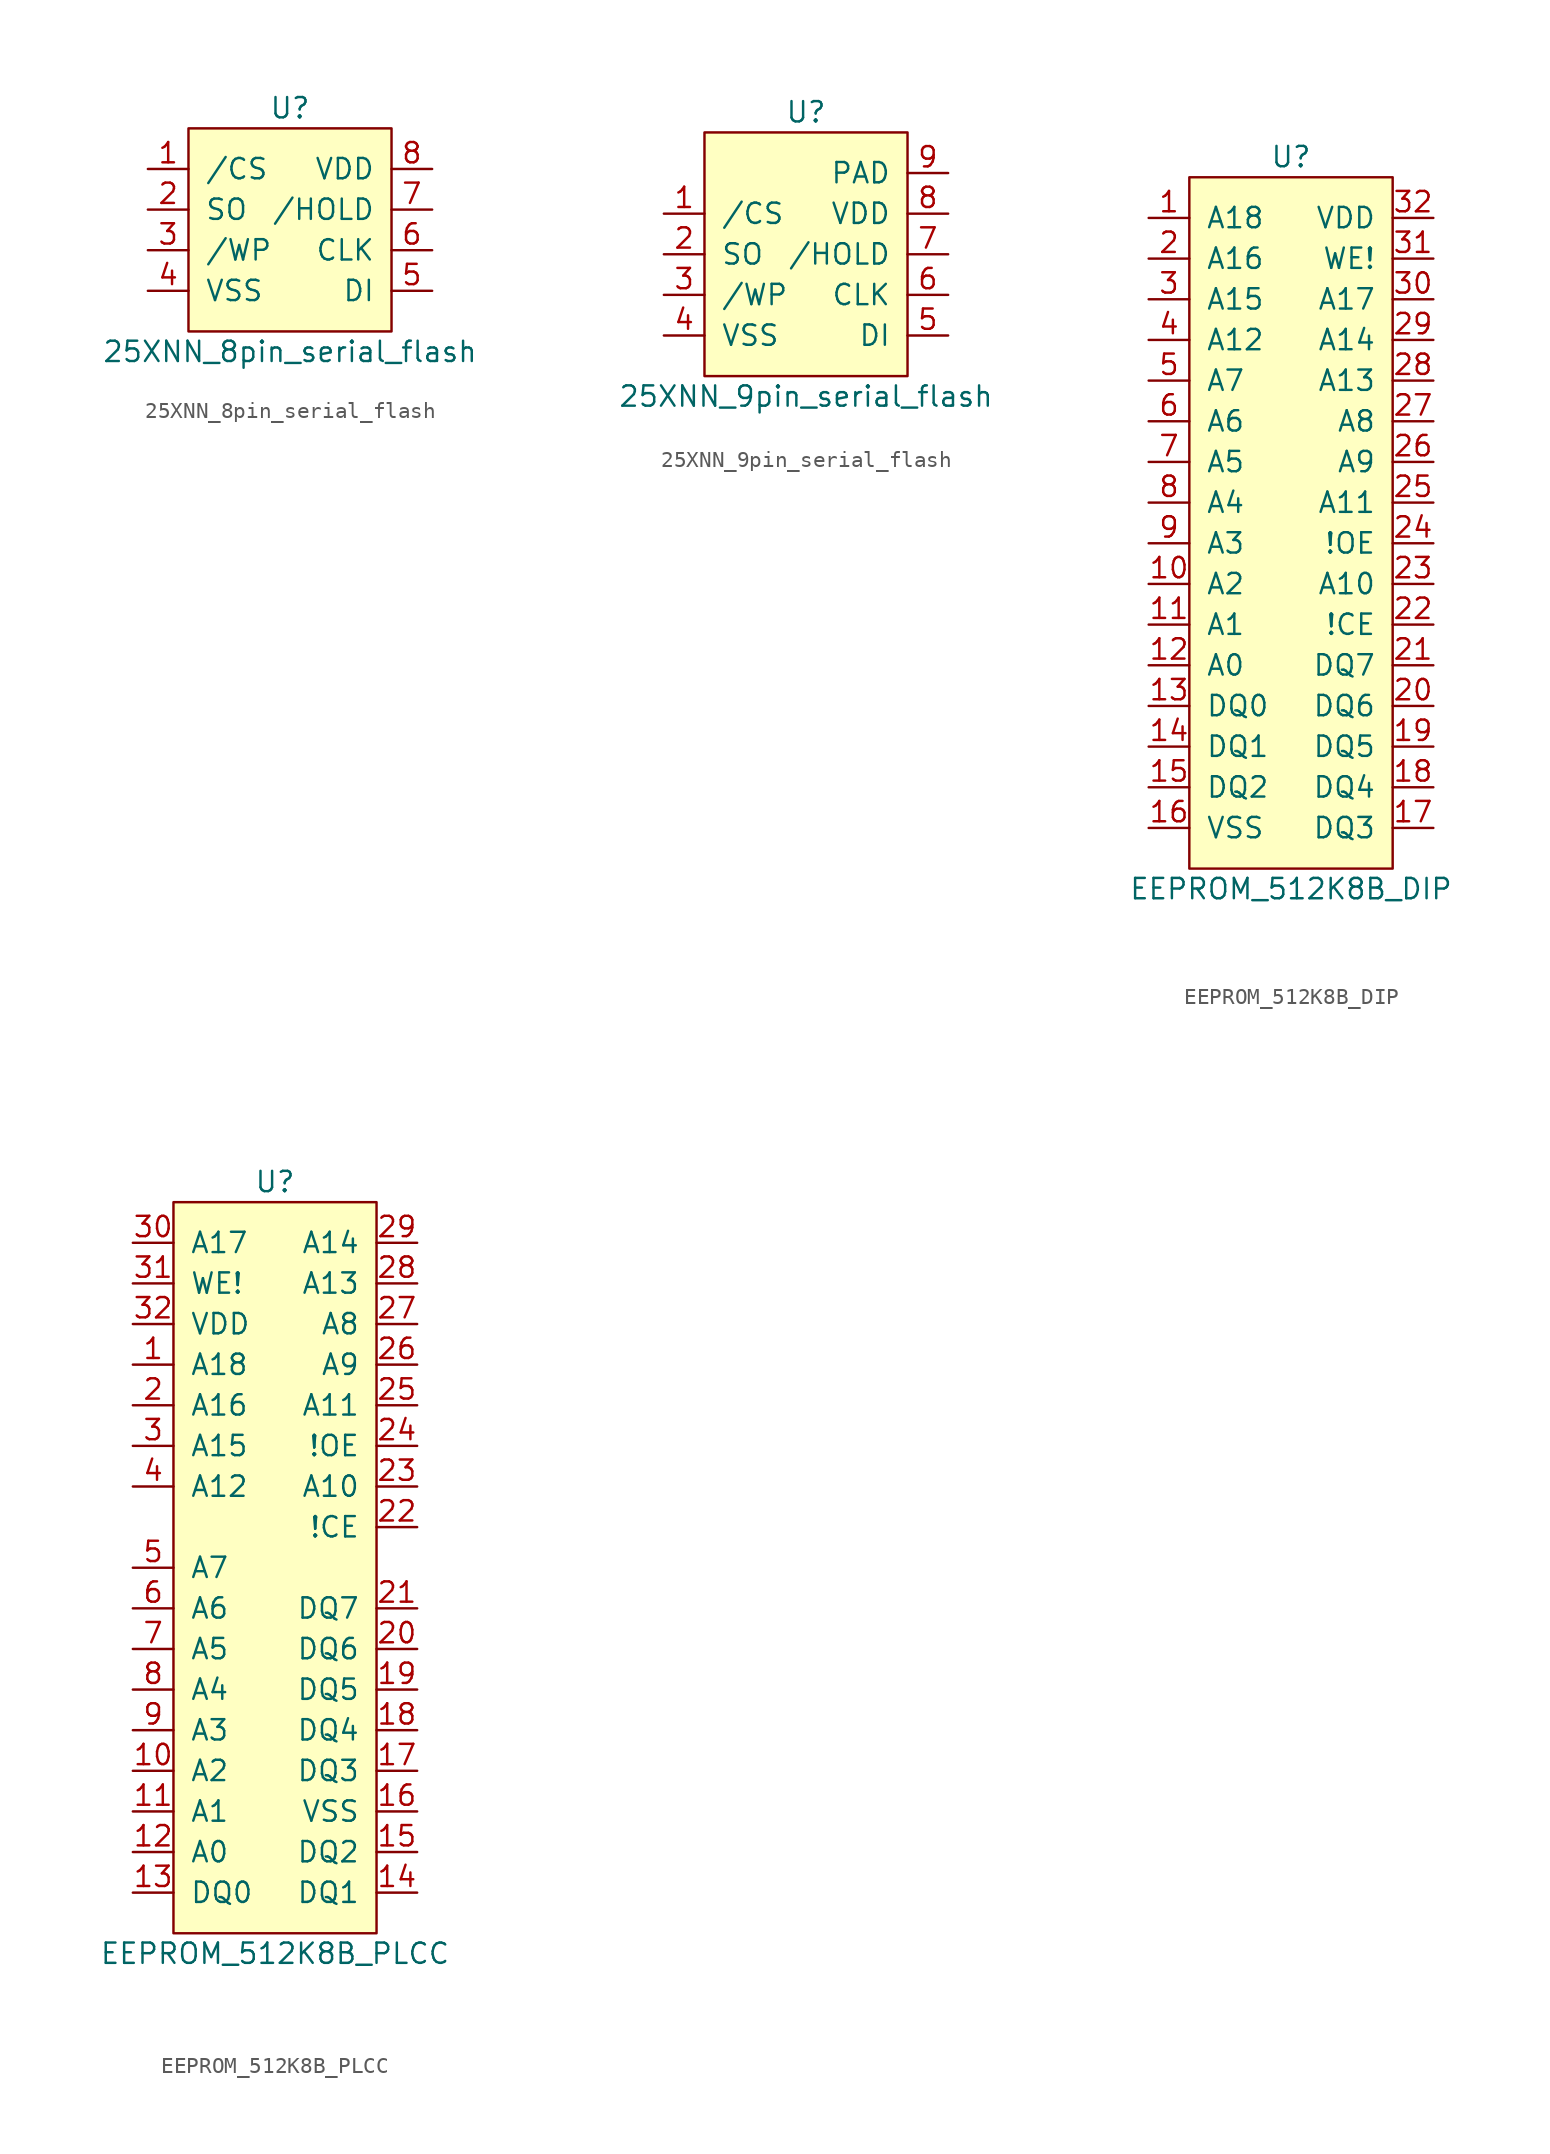
<source format=kicad_sym>
(kicad_symbol_lib
  (version 20211014)
  (generator kicad_symbol_editor)
  (symbol "25XNN_8pin_serial_flash"
    (pin_names
      (offset 1.016))
    (property "Reference" "U"
      (at 0 7.62 0)
      (effects (font (size 1.27 1.27))))
    (property "Value" "25XNN_8pin_serial_flash"
      (at 0 -7.62 0)
      (effects (font (size 1.27 1.27))))
    (symbol "25XNN_8pin_serial_flash_0_1"
      (rectangle (start -6.35 6.35) (end 6.35 -6.35) (stroke (width 0) (type default) (color 0 0 0 0)) (fill (type background))))
    (symbol "25XNN_8pin_serial_flash_1_1"
      (pin input line (at -8.89 3.81 0) (length 2.54) (name "/CS" (effects (font (size 1.27 1.27)))) (number "1" (effects (font (size 1.27 1.27)))))
      (pin output line (at -8.89 1.27 0) (length 2.54) (name "SO" (effects (font (size 1.27 1.27)))) (number "2" (effects (font (size 1.27 1.27)))))
      (pin input line (at -8.89 -1.27 0) (length 2.54) (name "/WP" (effects (font (size 1.27 1.27)))) (number "3" (effects (font (size 1.27 1.27)))))
      (pin power_in line (at -8.89 -3.81 0) (length 2.54) (name "VSS" (effects (font (size 1.27 1.27)))) (number "4" (effects (font (size 1.27 1.27)))))
      (pin input line (at 8.89 -3.81 180) (length 2.54) (name "DI" (effects (font (size 1.27 1.27)))) (number "5" (effects (font (size 1.27 1.27)))))
      (pin input line (at 8.89 -1.27 180) (length 2.54) (name "CLK" (effects (font (size 1.27 1.27)))) (number "6" (effects (font (size 1.27 1.27)))))
      (pin input line (at 8.89 1.27 180) (length 2.54) (name "/HOLD" (effects (font (size 1.27 1.27)))) (number "7" (effects (font (size 1.27 1.27)))))
      (pin power_in line (at 8.89 3.81 180) (length 2.54) (name "VDD" (effects (font (size 1.27 1.27)))) (number "8" (effects (font (size 1.27 1.27)))))))
  (symbol "25XNN_9pin_serial_flash"
    (pin_names
      (offset 1.016))
    (property "Reference" "U"
      (at 0 10.16 0)
      (effects (font (size 1.27 1.27))))
    (property "Value" "25XNN_9pin_serial_flash"
      (at 0 -7.62 0)
      (effects (font (size 1.27 1.27))))
    (symbol "25XNN_9pin_serial_flash_0_1"
      (rectangle (start -6.35 8.89) (end 6.35 -6.35) (stroke (width 0) (type default) (color 0 0 0 0)) (fill (type background))))
    (symbol "25XNN_9pin_serial_flash_1_1"
      (pin input line (at -8.89 3.81 0) (length 2.54) (name "/CS" (effects (font (size 1.27 1.27)))) (number "1" (effects (font (size 1.27 1.27)))))
      (pin output line (at -8.89 1.27 0) (length 2.54) (name "SO" (effects (font (size 1.27 1.27)))) (number "2" (effects (font (size 1.27 1.27)))))
      (pin input line (at -8.89 -1.27 0) (length 2.54) (name "/WP" (effects (font (size 1.27 1.27)))) (number "3" (effects (font (size 1.27 1.27)))))
      (pin power_in line (at -8.89 -3.81 0) (length 2.54) (name "VSS" (effects (font (size 1.27 1.27)))) (number "4" (effects (font (size 1.27 1.27)))))
      (pin input line (at 8.89 -3.81 180) (length 2.54) (name "DI" (effects (font (size 1.27 1.27)))) (number "5" (effects (font (size 1.27 1.27)))))
      (pin input line (at 8.89 -1.27 180) (length 2.54) (name "CLK" (effects (font (size 1.27 1.27)))) (number "6" (effects (font (size 1.27 1.27)))))
      (pin input line (at 8.89 1.27 180) (length 2.54) (name "/HOLD" (effects (font (size 1.27 1.27)))) (number "7" (effects (font (size 1.27 1.27)))))
      (pin power_in line (at 8.89 3.81 180) (length 2.54) (name "VDD" (effects (font (size 1.27 1.27)))) (number "8" (effects (font (size 1.27 1.27)))))
      (pin power_in line (at 8.89 6.35 180) (length 2.54) (name "PAD" (effects (font (size 1.27 1.27)))) (number "9" (effects (font (size 1.27 1.27)))))))
  (symbol "EEPROM_512K8B_DIP"
    (pin_names
      (offset 1.016))
    (property "Reference" "U"
      (at 0 22.86 0)
      (effects (font (size 1.27 1.27))))
    (property "Value" "EEPROM_512K8B_DIP"
      (at 0 -22.86 0)
      (effects (font (size 1.27 1.27))))
    (symbol "EEPROM_512K8B_DIP_0_1"
      (rectangle (start -6.35 21.59) (end 6.35 -21.59) (stroke (width 0) (type default) (color 0 0 0 0)) (fill (type background))))
    (symbol "EEPROM_512K8B_DIP_1_1"
      (pin input line (at -8.89 19.05 0) (length 2.54) (name "A18" (effects (font (size 1.27 1.27)))) (number "1" (effects (font (size 1.27 1.27)))))
      (pin input line (at -8.89 -3.81 0) (length 2.54) (name "A2" (effects (font (size 1.27 1.27)))) (number "10" (effects (font (size 1.27 1.27)))))
      (pin input line (at -8.89 -6.35 0) (length 2.54) (name "A1" (effects (font (size 1.27 1.27)))) (number "11" (effects (font (size 1.27 1.27)))))
      (pin input line (at -8.89 -8.89 0) (length 2.54) (name "A0" (effects (font (size 1.27 1.27)))) (number "12" (effects (font (size 1.27 1.27)))))
      (pin bidirectional line (at -8.89 -11.43 0) (length 2.54) (name "DQ0" (effects (font (size 1.27 1.27)))) (number "13" (effects (font (size 1.27 1.27)))))
      (pin bidirectional line (at -8.89 -13.97 0) (length 2.54) (name "DQ1" (effects (font (size 1.27 1.27)))) (number "14" (effects (font (size 1.27 1.27)))))
      (pin bidirectional line (at -8.89 -16.51 0) (length 2.54) (name "DQ2" (effects (font (size 1.27 1.27)))) (number "15" (effects (font (size 1.27 1.27)))))
      (pin power_in line (at -8.89 -19.05 0) (length 2.54) (name "VSS" (effects (font (size 1.27 1.27)))) (number "16" (effects (font (size 1.27 1.27)))))
      (pin bidirectional line (at 8.89 -19.05 180) (length 2.54) (name "DQ3" (effects (font (size 1.27 1.27)))) (number "17" (effects (font (size 1.27 1.27)))))
      (pin bidirectional line (at 8.89 -16.51 180) (length 2.54) (name "DQ4" (effects (font (size 1.27 1.27)))) (number "18" (effects (font (size 1.27 1.27)))))
      (pin bidirectional line (at 8.89 -13.97 180) (length 2.54) (name "DQ5" (effects (font (size 1.27 1.27)))) (number "19" (effects (font (size 1.27 1.27)))))
      (pin input line (at -8.89 16.51 0) (length 2.54) (name "A16" (effects (font (size 1.27 1.27)))) (number "2" (effects (font (size 1.27 1.27)))))
      (pin bidirectional line (at 8.89 -11.43 180) (length 2.54) (name "DQ6" (effects (font (size 1.27 1.27)))) (number "20" (effects (font (size 1.27 1.27)))))
      (pin bidirectional line (at 8.89 -8.89 180) (length 2.54) (name "DQ7" (effects (font (size 1.27 1.27)))) (number "21" (effects (font (size 1.27 1.27)))))
      (pin input line (at 8.89 -6.35 180) (length 2.54) (name "!CE" (effects (font (size 1.27 1.27)))) (number "22" (effects (font (size 1.27 1.27)))))
      (pin input line (at 8.89 -3.81 180) (length 2.54) (name "A10" (effects (font (size 1.27 1.27)))) (number "23" (effects (font (size 1.27 1.27)))))
      (pin input line (at 8.89 -1.27 180) (length 2.54) (name "!OE" (effects (font (size 1.27 1.27)))) (number "24" (effects (font (size 1.27 1.27)))))
      (pin input line (at 8.89 1.27 180) (length 2.54) (name "A11" (effects (font (size 1.27 1.27)))) (number "25" (effects (font (size 1.27 1.27)))))
      (pin input line (at 8.89 3.81 180) (length 2.54) (name "A9" (effects (font (size 1.27 1.27)))) (number "26" (effects (font (size 1.27 1.27)))))
      (pin input line (at 8.89 6.35 180) (length 2.54) (name "A8" (effects (font (size 1.27 1.27)))) (number "27" (effects (font (size 1.27 1.27)))))
      (pin input line (at 8.89 8.89 180) (length 2.54) (name "A13" (effects (font (size 1.27 1.27)))) (number "28" (effects (font (size 1.27 1.27)))))
      (pin input line (at 8.89 11.43 180) (length 2.54) (name "A14" (effects (font (size 1.27 1.27)))) (number "29" (effects (font (size 1.27 1.27)))))
      (pin input line (at -8.89 13.97 0) (length 2.54) (name "A15" (effects (font (size 1.27 1.27)))) (number "3" (effects (font (size 1.27 1.27)))))
      (pin input line (at 8.89 13.97 180) (length 2.54) (name "A17" (effects (font (size 1.27 1.27)))) (number "30" (effects (font (size 1.27 1.27)))))
      (pin input line (at 8.89 16.51 180) (length 2.54) (name "WE!" (effects (font (size 1.27 1.27)))) (number "31" (effects (font (size 1.27 1.27)))))
      (pin power_in line (at 8.89 19.05 180) (length 2.54) (name "VDD" (effects (font (size 1.27 1.27)))) (number "32" (effects (font (size 1.27 1.27)))))
      (pin input line (at -8.89 11.43 0) (length 2.54) (name "A12" (effects (font (size 1.27 1.27)))) (number "4" (effects (font (size 1.27 1.27)))))
      (pin input line (at -8.89 8.89 0) (length 2.54) (name "A7" (effects (font (size 1.27 1.27)))) (number "5" (effects (font (size 1.27 1.27)))))
      (pin input line (at -8.89 6.35 0) (length 2.54) (name "A6" (effects (font (size 1.27 1.27)))) (number "6" (effects (font (size 1.27 1.27)))))
      (pin input line (at -8.89 3.81 0) (length 2.54) (name "A5" (effects (font (size 1.27 1.27)))) (number "7" (effects (font (size 1.27 1.27)))))
      (pin input line (at -8.89 1.27 0) (length 2.54) (name "A4" (effects (font (size 1.27 1.27)))) (number "8" (effects (font (size 1.27 1.27)))))
      (pin input line (at -8.89 -1.27 0) (length 2.54) (name "A3" (effects (font (size 1.27 1.27)))) (number "9" (effects (font (size 1.27 1.27)))))))
  (symbol "EEPROM_512K8B_PLCC"
    (pin_names
      (offset 1.016))
    (property "Reference" "U"
      (at 0 24.13 0)
      (effects (font (size 1.27 1.27))))
    (property "Value" "EEPROM_512K8B_PLCC"
      (at 0 -24.13 0)
      (effects (font (size 1.27 1.27))))
    (symbol "EEPROM_512K8B_PLCC_0_1"
      (rectangle (start -6.35 22.86) (end 6.35 -22.86) (stroke (width 0) (type default) (color 0 0 0 0)) (fill (type background))))
    (symbol "EEPROM_512K8B_PLCC_1_1"
      (pin input line (at -8.89 12.7 0) (length 2.54) (name "A18" (effects (font (size 1.27 1.27)))) (number "1" (effects (font (size 1.27 1.27)))))
      (pin input line (at -8.89 -12.7 0) (length 2.54) (name "A2" (effects (font (size 1.27 1.27)))) (number "10" (effects (font (size 1.27 1.27)))))
      (pin input line (at -8.89 -15.24 0) (length 2.54) (name "A1" (effects (font (size 1.27 1.27)))) (number "11" (effects (font (size 1.27 1.27)))))
      (pin input line (at -8.89 -17.78 0) (length 2.54) (name "A0" (effects (font (size 1.27 1.27)))) (number "12" (effects (font (size 1.27 1.27)))))
      (pin bidirectional line (at -8.89 -20.32 0) (length 2.54) (name "DQ0" (effects (font (size 1.27 1.27)))) (number "13" (effects (font (size 1.27 1.27)))))
      (pin bidirectional line (at 8.89 -20.32 180) (length 2.54) (name "DQ1" (effects (font (size 1.27 1.27)))) (number "14" (effects (font (size 1.27 1.27)))))
      (pin bidirectional line (at 8.89 -17.78 180) (length 2.54) (name "DQ2" (effects (font (size 1.27 1.27)))) (number "15" (effects (font (size 1.27 1.27)))))
      (pin power_in line (at 8.89 -15.24 180) (length 2.54) (name "VSS" (effects (font (size 1.27 1.27)))) (number "16" (effects (font (size 1.27 1.27)))))
      (pin bidirectional line (at 8.89 -12.7 180) (length 2.54) (name "DQ3" (effects (font (size 1.27 1.27)))) (number "17" (effects (font (size 1.27 1.27)))))
      (pin bidirectional line (at 8.89 -10.16 180) (length 2.54) (name "DQ4" (effects (font (size 1.27 1.27)))) (number "18" (effects (font (size 1.27 1.27)))))
      (pin bidirectional line (at 8.89 -7.62 180) (length 2.54) (name "DQ5" (effects (font (size 1.27 1.27)))) (number "19" (effects (font (size 1.27 1.27)))))
      (pin input line (at -8.89 10.16 0) (length 2.54) (name "A16" (effects (font (size 1.27 1.27)))) (number "2" (effects (font (size 1.27 1.27)))))
      (pin bidirectional line (at 8.89 -5.08 180) (length 2.54) (name "DQ6" (effects (font (size 1.27 1.27)))) (number "20" (effects (font (size 1.27 1.27)))))
      (pin bidirectional line (at 8.89 -2.54 180) (length 2.54) (name "DQ7" (effects (font (size 1.27 1.27)))) (number "21" (effects (font (size 1.27 1.27)))))
      (pin input line (at 8.89 2.54 180) (length 2.54) (name "!CE" (effects (font (size 1.27 1.27)))) (number "22" (effects (font (size 1.27 1.27)))))
      (pin input line (at 8.89 5.08 180) (length 2.54) (name "A10" (effects (font (size 1.27 1.27)))) (number "23" (effects (font (size 1.27 1.27)))))
      (pin input line (at 8.89 7.62 180) (length 2.54) (name "!OE" (effects (font (size 1.27 1.27)))) (number "24" (effects (font (size 1.27 1.27)))))
      (pin input line (at 8.89 10.16 180) (length 2.54) (name "A11" (effects (font (size 1.27 1.27)))) (number "25" (effects (font (size 1.27 1.27)))))
      (pin input line (at 8.89 12.7 180) (length 2.54) (name "A9" (effects (font (size 1.27 1.27)))) (number "26" (effects (font (size 1.27 1.27)))))
      (pin input line (at 8.89 15.24 180) (length 2.54) (name "A8" (effects (font (size 1.27 1.27)))) (number "27" (effects (font (size 1.27 1.27)))))
      (pin input line (at 8.89 17.78 180) (length 2.54) (name "A13" (effects (font (size 1.27 1.27)))) (number "28" (effects (font (size 1.27 1.27)))))
      (pin input line (at 8.89 20.32 180) (length 2.54) (name "A14" (effects (font (size 1.27 1.27)))) (number "29" (effects (font (size 1.27 1.27)))))
      (pin input line (at -8.89 7.62 0) (length 2.54) (name "A15" (effects (font (size 1.27 1.27)))) (number "3" (effects (font (size 1.27 1.27)))))
      (pin input line (at -8.89 20.32 0) (length 2.54) (name "A17" (effects (font (size 1.27 1.27)))) (number "30" (effects (font (size 1.27 1.27)))))
      (pin input line (at -8.89 17.78 0) (length 2.54) (name "WE!" (effects (font (size 1.27 1.27)))) (number "31" (effects (font (size 1.27 1.27)))))
      (pin power_in line (at -8.89 15.24 0) (length 2.54) (name "VDD" (effects (font (size 1.27 1.27)))) (number "32" (effects (font (size 1.27 1.27)))))
      (pin input line (at -8.89 5.08 0) (length 2.54) (name "A12" (effects (font (size 1.27 1.27)))) (number "4" (effects (font (size 1.27 1.27)))))
      (pin input line (at -8.89 0 0) (length 2.54) (name "A7" (effects (font (size 1.27 1.27)))) (number "5" (effects (font (size 1.27 1.27)))))
      (pin input line (at -8.89 -2.54 0) (length 2.54) (name "A6" (effects (font (size 1.27 1.27)))) (number "6" (effects (font (size 1.27 1.27)))))
      (pin input line (at -8.89 -5.08 0) (length 2.54) (name "A5" (effects (font (size 1.27 1.27)))) (number "7" (effects (font (size 1.27 1.27)))))
      (pin input line (at -8.89 -7.62 0) (length 2.54) (name "A4" (effects (font (size 1.27 1.27)))) (number "8" (effects (font (size 1.27 1.27)))))
      (pin input line (at -8.89 -10.16 0) (length 2.54) (name "A3" (effects (font (size 1.27 1.27)))) (number "9" (effects (font (size 1.27 1.27))))))))
</source>
